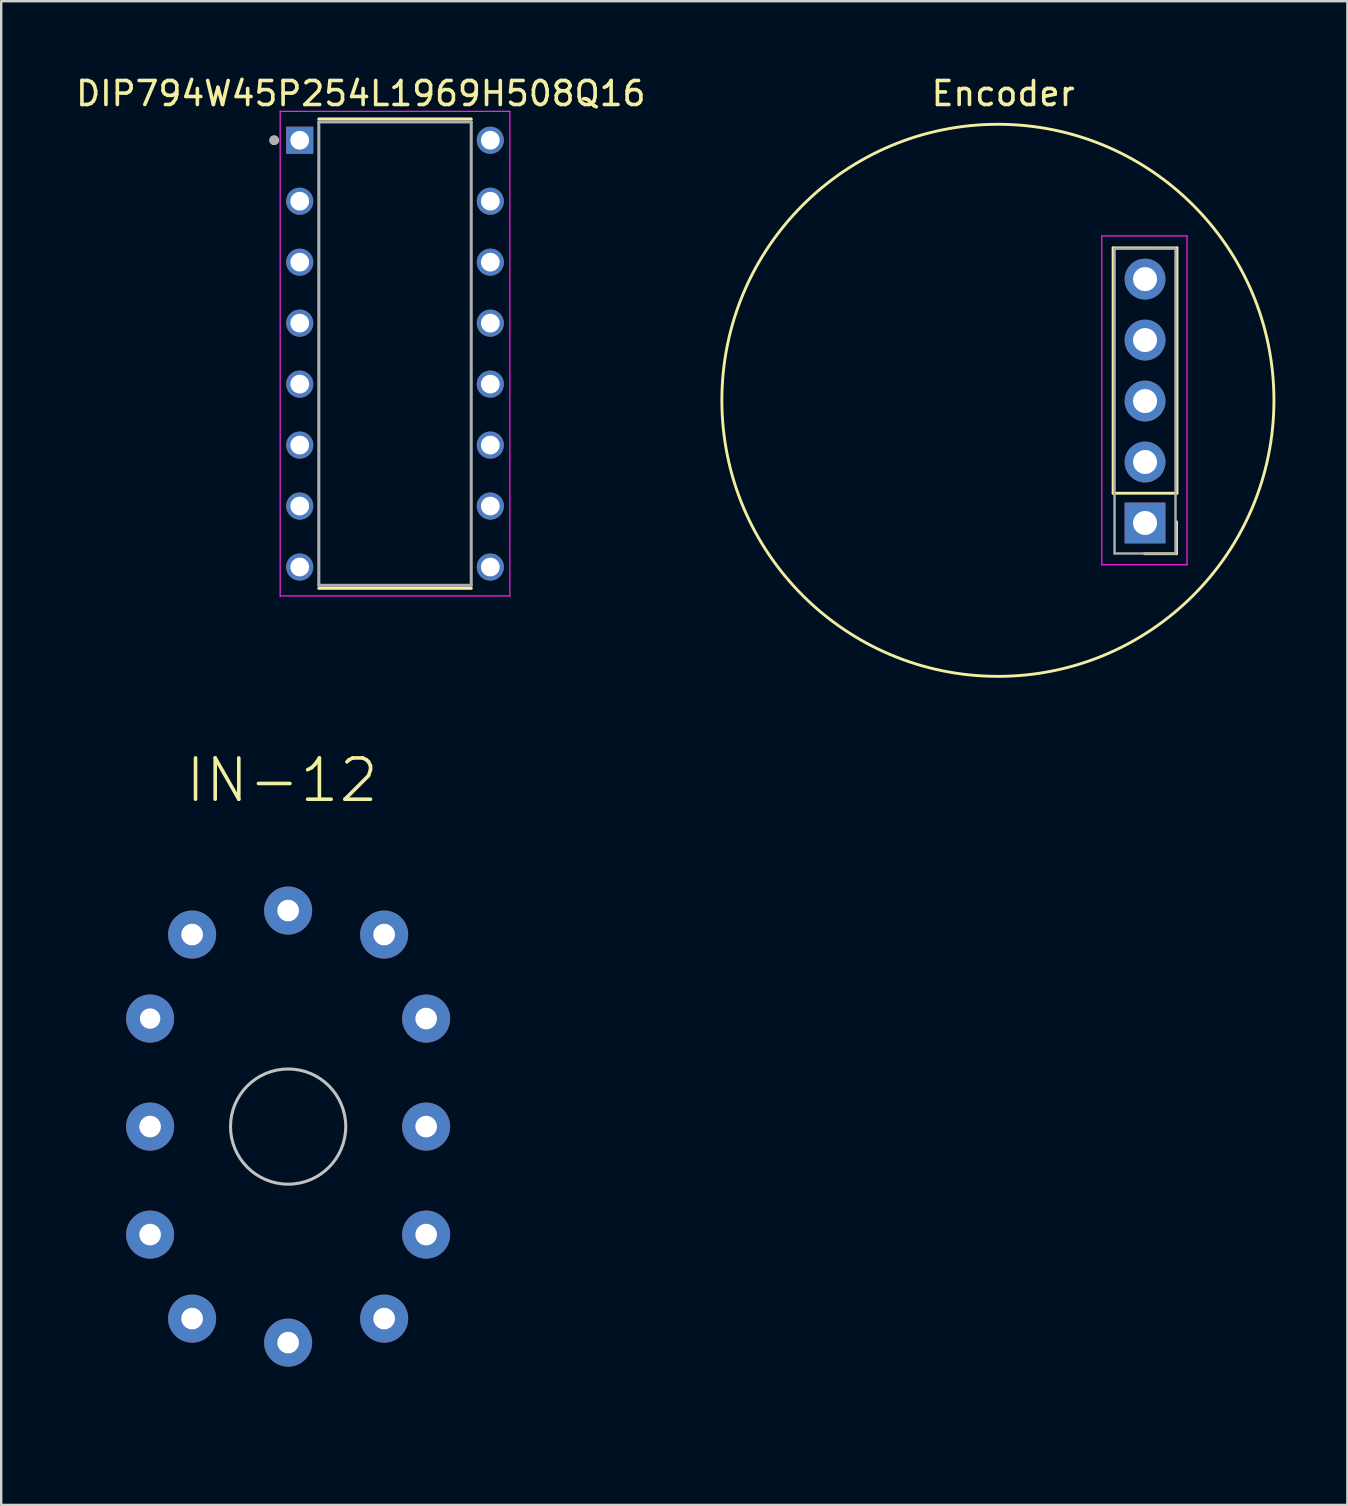
<source format=kicad_pcb>
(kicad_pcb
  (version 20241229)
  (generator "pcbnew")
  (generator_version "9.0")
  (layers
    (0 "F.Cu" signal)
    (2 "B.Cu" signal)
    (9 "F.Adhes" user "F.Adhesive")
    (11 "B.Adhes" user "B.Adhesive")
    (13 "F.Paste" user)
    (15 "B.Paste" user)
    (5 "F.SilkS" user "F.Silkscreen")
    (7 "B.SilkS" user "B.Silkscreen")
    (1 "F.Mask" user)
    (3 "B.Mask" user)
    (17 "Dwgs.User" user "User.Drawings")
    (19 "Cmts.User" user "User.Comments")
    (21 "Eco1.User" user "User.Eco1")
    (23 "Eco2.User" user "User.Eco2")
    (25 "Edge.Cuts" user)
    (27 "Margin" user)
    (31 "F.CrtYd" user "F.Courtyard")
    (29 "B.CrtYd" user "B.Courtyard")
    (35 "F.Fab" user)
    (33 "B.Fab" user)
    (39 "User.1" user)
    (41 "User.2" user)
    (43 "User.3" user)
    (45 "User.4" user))
  (footprint "IN-12"
    (layer "F.Cu")
    (at 8.954 43.885)
    (property "Reference" "IN-12" (at -0.254 -14.427 0) (layer "F.SilkS") (effects (font (size 1.72 1.72) (thickness 0.15))))
    (attr through_hole)
    (fp_poly (pts (xy -8.89 5.08) (xy -8.89 -8.89) (xy -8.885 -9.089) (xy -8.869 -9.288) (xy -8.843 -9.486) (xy -8.807 -9.682) (xy -8.76 -9.876) (xy -8.704 -10.067) (xy -8.637 -10.255) (xy -8.561 -10.44) (xy -8.475 -10.62) (xy -8.38 -10.795) (xy -8.275 -10.965) (xy -8.162 -11.129) (xy -8.041 -11.288) (xy -7.911 -11.439) (xy -7.774 -11.584) (xy -7.629 -11.721) (xy -7.478 -11.851) (xy -7.319 -11.972) (xy -7.155 -12.085) (xy -6.985 -12.19) (xy -6.81 -12.285) (xy -6.63 -12.371) (xy -6.445 -12.447) (xy -6.257 -12.514) (xy -6.066 -12.57) (xy -5.872 -12.617) (xy -5.676 -12.653) (xy -5.478 -12.679) (xy -5.279 -12.695) (xy -5.08 -12.7) (xy 3.81 -12.7) (xy 4.076 -12.693) (xy 4.341 -12.672) (xy 4.605 -12.637) (xy 4.866 -12.589) (xy 5.125 -12.527) (xy 5.38 -12.451) (xy 5.631 -12.363) (xy 5.876 -12.261) (xy 6.116 -12.146) (xy 6.35 -12.019) (xy 6.577 -11.88) (xy 6.796 -11.73) (xy 7.007 -11.568) (xy 7.209 -11.395) (xy 7.402 -11.212) (xy 7.585 -11.019) (xy 7.758 -10.817) (xy 7.92 -10.606) (xy 8.07 -10.387) (xy 8.209 -10.16) (xy 8.336 -9.926) (xy 8.451 -9.686) (xy 8.553 -9.441) (xy 8.641 -9.19) (xy 8.717 -8.935) (xy 8.779 -8.676) (xy 8.827 -8.415) (xy 8.862 -8.151) (xy 8.883 -7.886) (xy 8.89 -7.62) (xy 8.89 -1.27) (xy 8.89 6.35) (xy 8.89 8.89) (xy 8.885 9.089) (xy 8.869 9.288) (xy 8.843 9.486) (xy 8.807 9.682) (xy 8.76 9.876) (xy 8.704 10.067) (xy 8.637 10.255) (xy 8.561 10.44) (xy 8.475 10.62) (xy 8.38 10.795) (xy 8.275 10.965) (xy 8.162 11.129) (xy 8.041 11.288) (xy 7.911 11.439) (xy 7.774 11.584) (xy 7.629 11.721) (xy 7.478 11.851) (xy 7.319 11.972) (xy 7.155 12.085) (xy 6.985 12.19) (xy 6.81 12.285) (xy 6.63 12.371) (xy 6.445 12.447) (xy 6.257 12.514) (xy 6.066 12.57) (xy 5.872 12.617) (xy 5.676 12.653) (xy 5.478 12.679) (xy 5.279 12.695) (xy 5.08 12.7) (xy -3.81 12.7) (xy -5.08 12.7) (xy -5.279 12.695) (xy -5.478 12.679) (xy -5.676 12.653) (xy -5.872 12.617) (xy -6.066 12.57) (xy -6.257 12.514) (xy -6.445 12.447) (xy -6.63 12.371) (xy -6.81 12.285) (xy -6.985 12.19) (xy -7.155 12.085) (xy -7.319 11.972) (xy -7.478 11.851) (xy -7.629 11.721) (xy -7.774 11.584) (xy -7.911 11.439) (xy -8.041 11.288) (xy -8.162 11.129) (xy -8.275 10.965) (xy -8.38 10.795) (xy -8.475 10.62) (xy -8.561 10.44) (xy -8.637 10.255) (xy -8.704 10.067) (xy -8.76 9.876) (xy -8.807 9.682) (xy -8.843 9.486) (xy -8.869 9.288) (xy -8.885 9.089) (xy -8.89 8.89) (xy -8.89 6.35) (xy -8.89 8.89) (xy -8.885 9.089) (xy -8.869 9.288) (xy -8.843 9.486) (xy -8.807 9.682) (xy -8.76 9.876) (xy -8.704 10.067) (xy -8.637 10.255) (xy -8.561 10.44) (xy -8.475 10.62) (xy -8.38 10.795) (xy -8.275 10.965) (xy -8.162 11.129) (xy -8.041 11.288) (xy -7.911 11.439) (xy -7.774 11.584) (xy -7.629 11.721) (xy -7.478 11.851) (xy -7.319 11.972) (xy -7.155 12.085) (xy -6.985 12.19) (xy -6.81 12.285) (xy -6.63 12.371) (xy -6.445 12.447) (xy -6.257 12.514) (xy -6.066 12.57) (xy -5.872 12.617) (xy -5.676 12.653) (xy -5.478 12.679) (xy -5.279 12.695) (xy -5.08 12.7) (xy 5.08 12.7) (xy 5.279 12.695) (xy 5.478 12.679) (xy 5.676 12.653) (xy 5.872 12.617) (xy 6.066 12.57) (xy 6.257 12.514) (xy 6.445 12.447) (xy 6.63 12.371) (xy 6.81 12.285) (xy 6.985 12.19) (xy 7.155 12.085) (xy 7.319 11.972) (xy 7.478 11.851) (xy 7.629 11.721) (xy 7.774 11.584) (xy 7.911 11.439) (xy 8.041 11.288) (xy 8.162 11.129) (xy 8.275 10.965) (xy 8.38 10.795) (xy 8.475 10.62) (xy 8.561 10.44) (xy 8.637 10.255) (xy 8.704 10.067) (xy 8.76 9.876) (xy 8.807 9.682) (xy 8.843 9.486) (xy 8.869 9.288) (xy 8.885 9.089) (xy 8.89 8.89) (xy 8.89 6.35) (xy 8.89 -7.62) (xy 8.883 -7.886) (xy 8.862 -8.151) (xy 8.827 -8.415) (xy 8.779 -8.676) (xy 8.717 -8.935) (xy 8.641 -9.19) (xy 8.553 -9.441) (xy 8.451 -9.686) (xy 8.336 -9.926) (xy 8.209 -10.16) (xy 8.07 -10.387) (xy 7.92 -10.606) (xy 7.758 -10.817) (xy 7.585 -11.019) (xy 7.402 -11.212) (xy 7.209 -11.395) (xy 7.007 -11.568) (xy 6.796 -11.73) (xy 6.577 -11.88) (xy 6.35 -12.019) (xy 6.116 -12.146) (xy 5.876 -12.261) (xy 5.631 -12.363) (xy 5.38 -12.451) (xy 5.125 -12.527) (xy 4.866 -12.589) (xy 4.605 -12.637) (xy 4.341 -12.672) (xy 4.076 -12.693) (xy 3.81 -12.7) (xy 1.27 -12.7) (xy -5.08 -12.7) (xy -5.279 -12.695) (xy -5.478 -12.679) (xy -5.676 -12.653) (xy -5.872 -12.617) (xy -6.066 -12.57) (xy -6.257 -12.514) (xy -6.445 -12.447) (xy -6.63 -12.371) (xy -6.81 -12.285) (xy -6.985 -12.19) (xy -7.155 -12.085) (xy -7.319 -11.972) (xy -7.478 -11.851) (xy -7.629 -11.721) (xy -7.774 -11.584) (xy -7.911 -11.439) (xy -8.041 -11.288) (xy -8.162 -11.129) (xy -8.275 -10.965) (xy -8.38 -10.795) (xy -8.475 -10.62) (xy -8.561 -10.44) (xy -8.637 -10.255) (xy -8.704 -10.067) (xy -8.76 -9.876) (xy -8.807 -9.682) (xy -8.843 -9.486) (xy -8.869 -9.288) (xy -8.885 -9.089) (xy -8.89 -8.89) (xy -8.89 -5.08) (xy -8.89 6.35) (xy -8.89 5.08)) (stroke (width 0.127) (type solid)) (fill yes) (layer "F.SilkS"))
    (fp_circle (center 0 0) (end 2.4 0) (stroke (width 0.127) (type solid)) (fill no) (layer "Dwgs.User"))
    (pad "0" thru_hole circle (at 5.75 4.5) (size 2 2) (drill 0.9) (layers "*.Cu" "*.Mask"))
    (pad "1" thru_hole circle (at -4 8) (size 2 2) (drill 0.9) (layers "*.Cu" "*.Mask"))
    (pad "2" thru_hole circle (at -5.75 4.5) (size 2 2) (drill 0.9) (layers "*.Cu" "*.Mask"))
    (pad "3" thru_hole circle (at -5.75 0) (size 2 2) (drill 0.9) (layers "*.Cu" "*.Mask"))
    (pad "4" thru_hole circle (at -5.75 -4.5) (size 2 2) (drill 0.85) (layers "*.Cu" "*.Mask"))
    (pad "5" thru_hole circle (at -4 -8) (size 2 2) (drill 0.9) (layers "*.Cu" "*.Mask"))
    (pad "6" thru_hole circle (at 0 -9) (size 2 2) (drill 0.9) (layers "*.Cu" "*.Mask"))
    (pad "7" thru_hole circle (at 4 -8) (size 2 2) (drill 0.9) (layers "*.Cu" "*.Mask"))
    (pad "8" thru_hole circle (at 5.75 -4.5) (size 2 2) (drill 0.9) (layers "*.Cu" "*.Mask"))
    (pad "9" thru_hole circle (at 5.75 0) (size 2 2) (drill 0.9) (layers "*.Cu" "*.Mask"))
    (pad "A" thru_hole circle (at 4 8) (size 2 2) (drill 0.9) (layers "*.Cu" "*.Mask"))
    (pad "DP" thru_hole circle (at 0 9) (size 2 2) (drill 0.9) (layers "*.Cu" "*.Mask")))
  (footprint "DIP794W45P254L1969H508Q16"
    (layer "F.Cu")
    (at 13.407 11.683)
    (property "Reference" "DIP794W45P254L1969H508Q16" (at -1.425 -10.835 0) (layer "F.SilkS") (effects (font (size 1 1) (thickness 0.15))))
    (attr through_hole)
    (fp_line (start -3.175 -9.775) (end 3.175 -9.775) (stroke (width 0.127) (type solid)) (layer "F.SilkS"))
    (fp_line (start -3.175 9.775) (end 3.175 9.775) (stroke (width 0.127) (type solid)) (layer "F.SilkS"))
    (fp_circle (center -5.035 -8.89) (end -4.935 -8.89) (stroke (width 0.2) (type solid)) (fill no) (layer "F.SilkS"))
    (fp_line (start -4.785 -10.095) (end -4.785 10.095) (stroke (width 0.05) (type solid)) (layer "F.CrtYd"))
    (fp_line (start 4.785 -10.095) (end -4.785 -10.095) (stroke (width 0.05) (type solid)) (layer "F.CrtYd"))
    (fp_line (start 4.785 -10.095) (end 4.785 10.095) (stroke (width 0.05) (type solid)) (layer "F.CrtYd"))
    (fp_line (start 4.785 10.095) (end -4.785 10.095) (stroke (width 0.05) (type solid)) (layer "F.CrtYd"))
    (fp_line (start -3.175 -9.652) (end -3.175 9.652) (stroke (width 0.127) (type solid)) (layer "F.Fab"))
    (fp_line (start -3.175 -9.652) (end 3.175 -9.652) (stroke (width 0.127) (type solid)) (layer "F.Fab"))
    (fp_line (start -3.175 9.652) (end 3.175 9.652) (stroke (width 0.127) (type solid)) (layer "F.Fab"))
    (fp_line (start 3.175 -9.652) (end 3.175 9.652) (stroke (width 0.127) (type solid)) (layer "F.Fab"))
    (fp_circle (center -5.035 -8.89) (end -4.935 -8.89) (stroke (width 0.2) (type solid)) (fill no) (layer "F.Fab"))
    (pad "1" thru_hole rect (at -3.97 -8.89) (size 1.13 1.13) (drill 0.78) (layers "*.Cu" "*.Mask"))
    (pad "2" thru_hole circle (at -3.97 -6.35) (size 1.13 1.13) (drill 0.78) (layers "*.Cu" "*.Mask"))
    (pad "3" thru_hole circle (at -3.97 -3.81) (size 1.13 1.13) (drill 0.78) (layers "*.Cu" "*.Mask"))
    (pad "4" thru_hole circle (at -3.97 -1.27) (size 1.13 1.13) (drill 0.78) (layers "*.Cu" "*.Mask"))
    (pad "5" thru_hole circle (at -3.97 1.27) (size 1.13 1.13) (drill 0.78) (layers "*.Cu" "*.Mask"))
    (pad "6" thru_hole circle (at -3.97 3.81) (size 1.13 1.13) (drill 0.78) (layers "*.Cu" "*.Mask"))
    (pad "7" thru_hole circle (at -3.97 6.35) (size 1.13 1.13) (drill 0.78) (layers "*.Cu" "*.Mask"))
    (pad "8" thru_hole circle (at -3.97 8.89) (size 1.13 1.13) (drill 0.78) (layers "*.Cu" "*.Mask"))
    (pad "9" thru_hole circle (at 3.97 8.89) (size 1.13 1.13) (drill 0.78) (layers "*.Cu" "*.Mask"))
    (pad "10" thru_hole circle (at 3.97 6.35) (size 1.13 1.13) (drill 0.78) (layers "*.Cu" "*.Mask"))
    (pad "11" thru_hole circle (at 3.97 3.81) (size 1.13 1.13) (drill 0.78) (layers "*.Cu" "*.Mask"))
    (pad "12" thru_hole circle (at 3.97 1.27) (size 1.13 1.13) (drill 0.78) (layers "*.Cu" "*.Mask"))
    (pad "13" thru_hole circle (at 3.97 -1.27) (size 1.13 1.13) (drill 0.78) (layers "*.Cu" "*.Mask"))
    (pad "14" thru_hole circle (at 3.97 -3.81) (size 1.13 1.13) (drill 0.78) (layers "*.Cu" "*.Mask"))
    (pad "15" thru_hole circle (at 3.97 -6.35) (size 1.13 1.13) (drill 0.78) (layers "*.Cu" "*.Mask"))
    (pad "16" thru_hole circle (at 3.97 -8.89) (size 1.13 1.13) (drill 0.78) (layers "*.Cu" "*.Mask")))
  (footprint "Encoder"
    (layer "F.Cu")
    (at 44.654 9.788)
    (property "Reference" "Encoder" (at -5.91 -8.94 0) (layer "F.SilkS") (effects (font (size 1 1) (thickness 0.15))))
    (attr through_hole)
    (fp_line (start -1.33 -2.51) (end -1.33 7.71) (stroke (width 0.12) (type solid)) (layer "F.SilkS"))
    (fp_line (start -1.33 -2.51) (end 1.33 -2.51) (stroke (width 0.12) (type solid)) (layer "F.SilkS"))
    (fp_line (start -1.33 7.71) (end 1.33 7.71) (stroke (width 0.12) (type solid)) (layer "F.SilkS"))
    (fp_line (start 1.31 8.9) (end 1.31 10.23) (stroke (width 0.12) (type solid)) (layer "F.SilkS"))
    (fp_line (start 1.31 10.23) (end -0.02 10.23) (stroke (width 0.12) (type solid)) (layer "F.SilkS"))
    (fp_line (start 1.33 -2.51) (end 1.33 7.71) (stroke (width 0.12) (type solid)) (layer "F.SilkS"))
    (fp_circle (center -6.13 3.84) (end 5.37 3.84) (stroke (width 0.12) (type solid)) (fill no) (layer "F.SilkS"))
    (fp_line (start -1.8 -3.01) (end 1.75 -3.01) (stroke (width 0.05) (type solid)) (layer "F.CrtYd"))
    (fp_line (start -1.8 10.69) (end -1.8 -3.01) (stroke (width 0.05) (type solid)) (layer "F.CrtYd"))
    (fp_line (start 1.75 -3.01) (end 1.75 10.69) (stroke (width 0.05) (type solid)) (layer "F.CrtYd"))
    (fp_line (start 1.75 10.69) (end -1.8 10.69) (stroke (width 0.05) (type solid)) (layer "F.CrtYd"))
    (fp_line (start -1.27 -2.48) (end 0.635 -2.48) (stroke (width 0.1) (type solid)) (layer "F.Fab"))
    (fp_line (start -1.27 10.22) (end -1.27 -2.48) (stroke (width 0.1) (type solid)) (layer "F.Fab"))
    (fp_line (start 0.635 -2.48) (end 1.27 -2.48) (stroke (width 0.1) (type solid)) (layer "F.Fab"))
    (fp_line (start 1.27 -2.48) (end 1.27 10.22) (stroke (width 0.1) (type solid)) (layer "F.Fab"))
    (fp_line (start 1.27 10.22) (end -1.27 10.22) (stroke (width 0.1) (type solid)) (layer "F.Fab"))
    (pad "1" thru_hole rect (at 0 8.95) (size 1.7 1.7) (drill 1) (layers "*.Cu" "*.Mask"))
    (pad "2" thru_hole oval (at 0 6.41) (size 1.7 1.7) (drill 1) (layers "*.Cu" "*.Mask"))
    (pad "3" thru_hole oval (at 0 3.87) (size 1.7 1.7) (drill 1) (layers "*.Cu" "*.Mask"))
    (pad "4" thru_hole oval (at 0 1.33) (size 1.7 1.7) (drill 1) (layers "*.Cu" "*.Mask"))
    (pad "5" thru_hole circle (at 0 -1.21) (size 1.7 1.7) (drill 1) (layers "*.Cu" "*.Mask")))
  (gr_rect
    (start -3 -3)
    (end 53.084 59.648)
    (stroke (width 0.1) (type default))
    (fill no)
    (layer "Edge.Cuts")))
</source>
